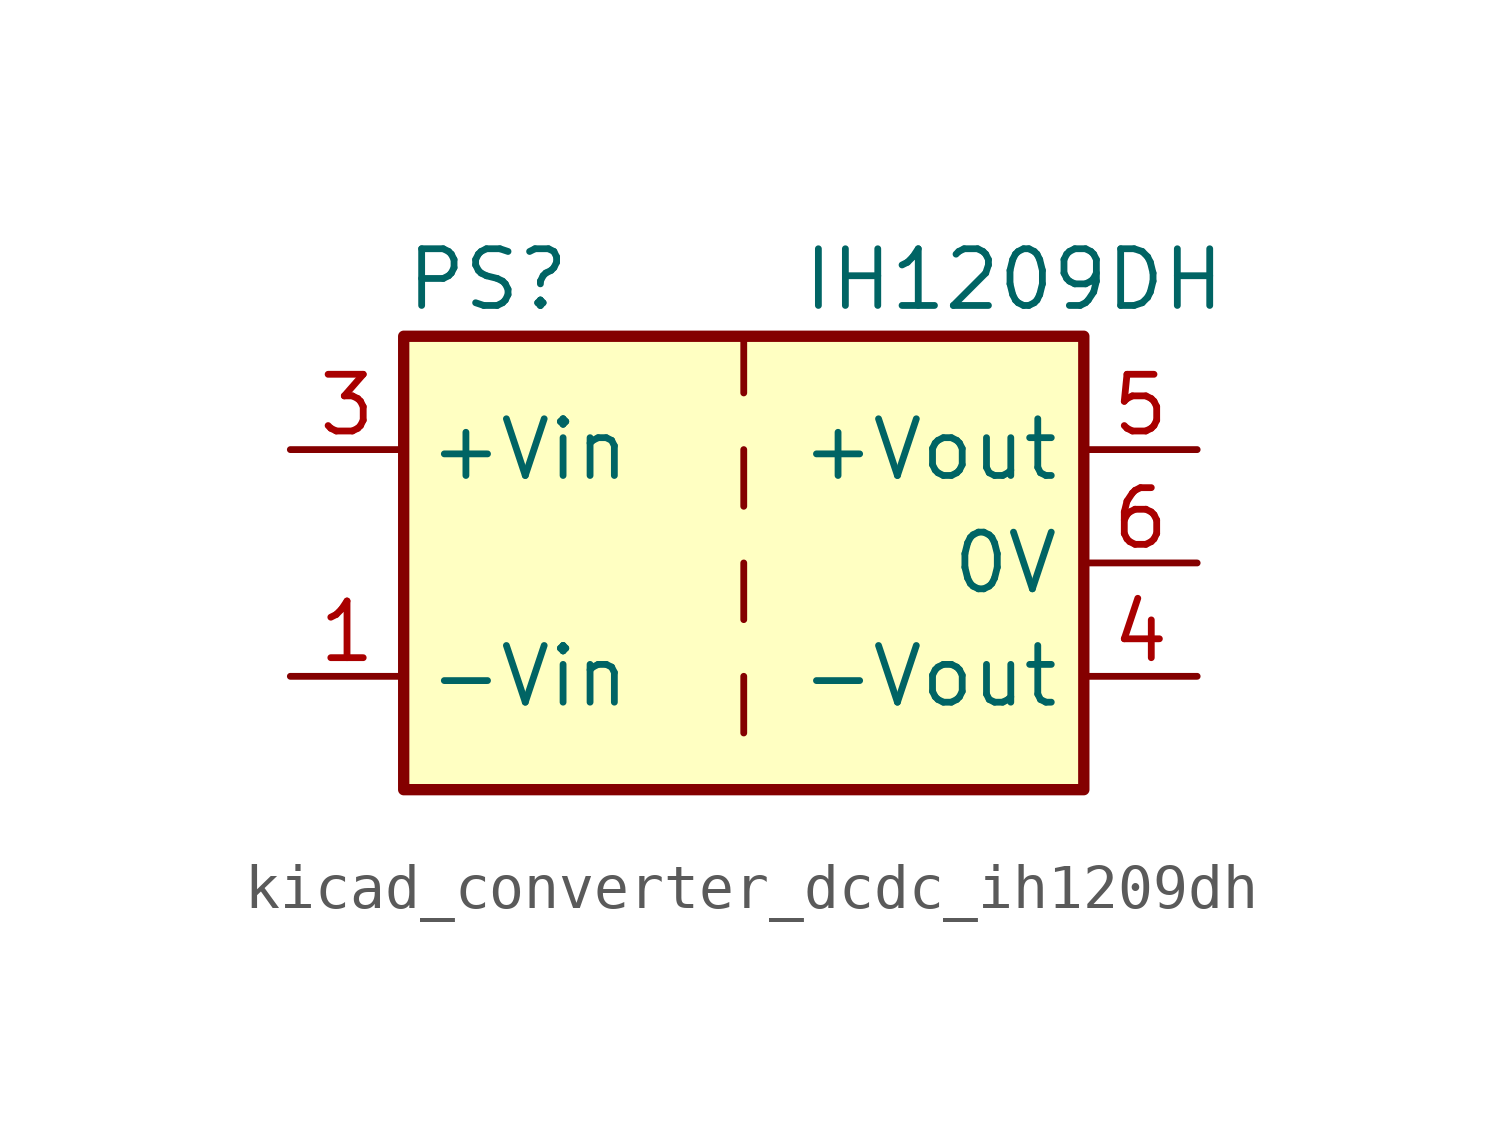
<source format=kicad_sym>
(kicad_symbol_lib
  (version 20220914)
  (generator kicad_symbol_editor)
  (symbol "kicad_converter_dcdc_ih1209dh"
    (property "Reference" "PS"
      (at -7.62 6.35 0)
      (effects (font (size 1.27 1.27)) (justify left)))
    (property "Value" "IH1209DH"
      (at 1.27 6.35 0)
      (effects (font (size 1.27 1.27)) (justify left)))
    (symbol "kicad_converter_dcdc_ih1209dh_0_0"
      (pin power_in line (at -10.16 -2.54 0) (length 2.54) (name "-Vin" (effects (font (size 1.27 1.27)))) (number "1" (effects (font (size 1.27 1.27)))))
      (pin power_in line (at -10.16 2.54 0) (length 2.54) (name "+Vin" (effects (font (size 1.27 1.27)))) (number "3" (effects (font (size 1.27 1.27)))))
      (pin power_out line (at 10.16 -2.54 180) (length 2.54) (name "-Vout" (effects (font (size 1.27 1.27)))) (number "4" (effects (font (size 1.27 1.27)))))
      (pin power_out line (at 10.16 2.54 180) (length 2.54) (name "+Vout" (effects (font (size 1.27 1.27)))) (number "5" (effects (font (size 1.27 1.27)))))
      (pin power_out line (at 10.16 0 180) (length 2.54) (name "0V" (effects (font (size 1.27 1.27)))) (number "6" (effects (font (size 1.27 1.27))))))
    (symbol "kicad_converter_dcdc_ih1209dh_0_1"
      (rectangle (start -7.62 5.08) (end 7.62 -5.08) (stroke (width 0.254) (type default)) (fill (type background)))
      (polyline (pts (xy 0 -2.54) (xy 0 -3.81)) (stroke (width 0) (type default)) (fill (type none)))
      (polyline (pts (xy 0 0) (xy 0 -1.27)) (stroke (width 0) (type default)) (fill (type none)))
      (polyline (pts (xy 0 2.54) (xy 0 1.27)) (stroke (width 0) (type default)) (fill (type none)))
      (polyline (pts (xy 0 5.08) (xy 0 3.81)) (stroke (width 0) (type default)) (fill (type none))))
    (symbol "kicad_converter_dcdc_ih1209dh_1_1"
      (pin no_connect line (at 0 -5.08 90) (length 2.54) hide (name "NC" (effects (font (size 1.27 1.27)))) (number "2" (effects (font (size 1.27 1.27))))))))
</source>
